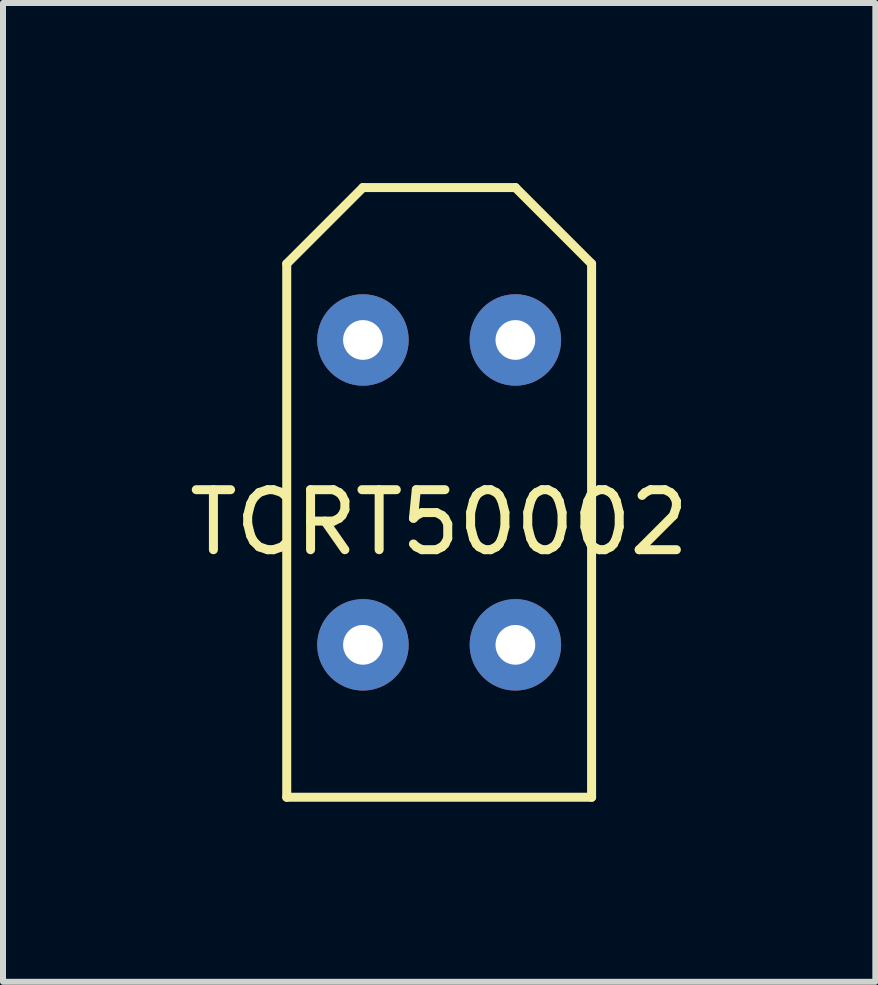
<source format=kicad_pcb>
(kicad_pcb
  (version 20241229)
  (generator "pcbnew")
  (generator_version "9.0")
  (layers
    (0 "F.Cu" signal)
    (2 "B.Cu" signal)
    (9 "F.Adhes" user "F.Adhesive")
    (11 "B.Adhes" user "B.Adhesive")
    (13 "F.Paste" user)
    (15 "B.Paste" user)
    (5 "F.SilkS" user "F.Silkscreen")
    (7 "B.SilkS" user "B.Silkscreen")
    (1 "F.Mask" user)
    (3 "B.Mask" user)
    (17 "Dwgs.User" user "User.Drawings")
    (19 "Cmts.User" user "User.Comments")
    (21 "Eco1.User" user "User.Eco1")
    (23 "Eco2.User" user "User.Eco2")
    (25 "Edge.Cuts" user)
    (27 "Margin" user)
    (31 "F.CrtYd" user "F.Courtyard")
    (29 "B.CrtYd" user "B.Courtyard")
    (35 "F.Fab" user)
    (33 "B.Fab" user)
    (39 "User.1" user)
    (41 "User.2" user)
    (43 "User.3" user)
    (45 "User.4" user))
  (footprint "TCRT50002"
    (layer "F.Cu")
    (at 4.268 5.155)
    (property "Reference" "TCRT50002" (at 0 0.5 0) (layer "F.SilkS") (effects (font (size 1 1) (thickness 0.15))))
    (attr through_hole)
    (fp_line (start -2.54 -3.81) (end -1.27 -5.08) (stroke (width 0.15) (type solid)) (layer "F.SilkS"))
    (fp_line (start -2.54 5.08) (end -2.54 -3.81) (stroke (width 0.15) (type solid)) (layer "F.SilkS"))
    (fp_line (start -1.27 -5.08) (end 1.27 -5.08) (stroke (width 0.15) (type solid)) (layer "F.SilkS"))
    (fp_line (start 1.27 -5.08) (end 2.54 -3.81) (stroke (width 0.15) (type solid)) (layer "F.SilkS"))
    (fp_line (start 2.54 -3.81) (end 2.54 5.08) (stroke (width 0.15) (type solid)) (layer "F.SilkS"))
    (fp_line (start 2.54 5.08) (end -2.54 5.08) (stroke (width 0.15) (type solid)) (layer "F.SilkS"))
    (pad "1" thru_hole circle (at -1.27 -2.54) (size 1.524 1.524) (drill 0.662) (layers "*.Cu" "*.Mask"))
    (pad "2" thru_hole circle (at 1.27 -2.54) (size 1.524 1.524) (drill 0.662) (layers "*.Cu" "*.Mask"))
    (pad "3" thru_hole circle (at -1.27 2.54) (size 1.524 1.524) (drill 0.662) (layers "*.Cu" "*.Mask"))
    (pad "4" thru_hole circle (at 1.27 2.54) (size 1.524 1.524) (drill 0.662) (layers "*.Cu" "*.Mask")))
  (gr_rect
    (start -3 -3)
    (end 11.536 13.31)
    (stroke (width 0.1) (type default))
    (fill no)
    (layer "Edge.Cuts")))
</source>
